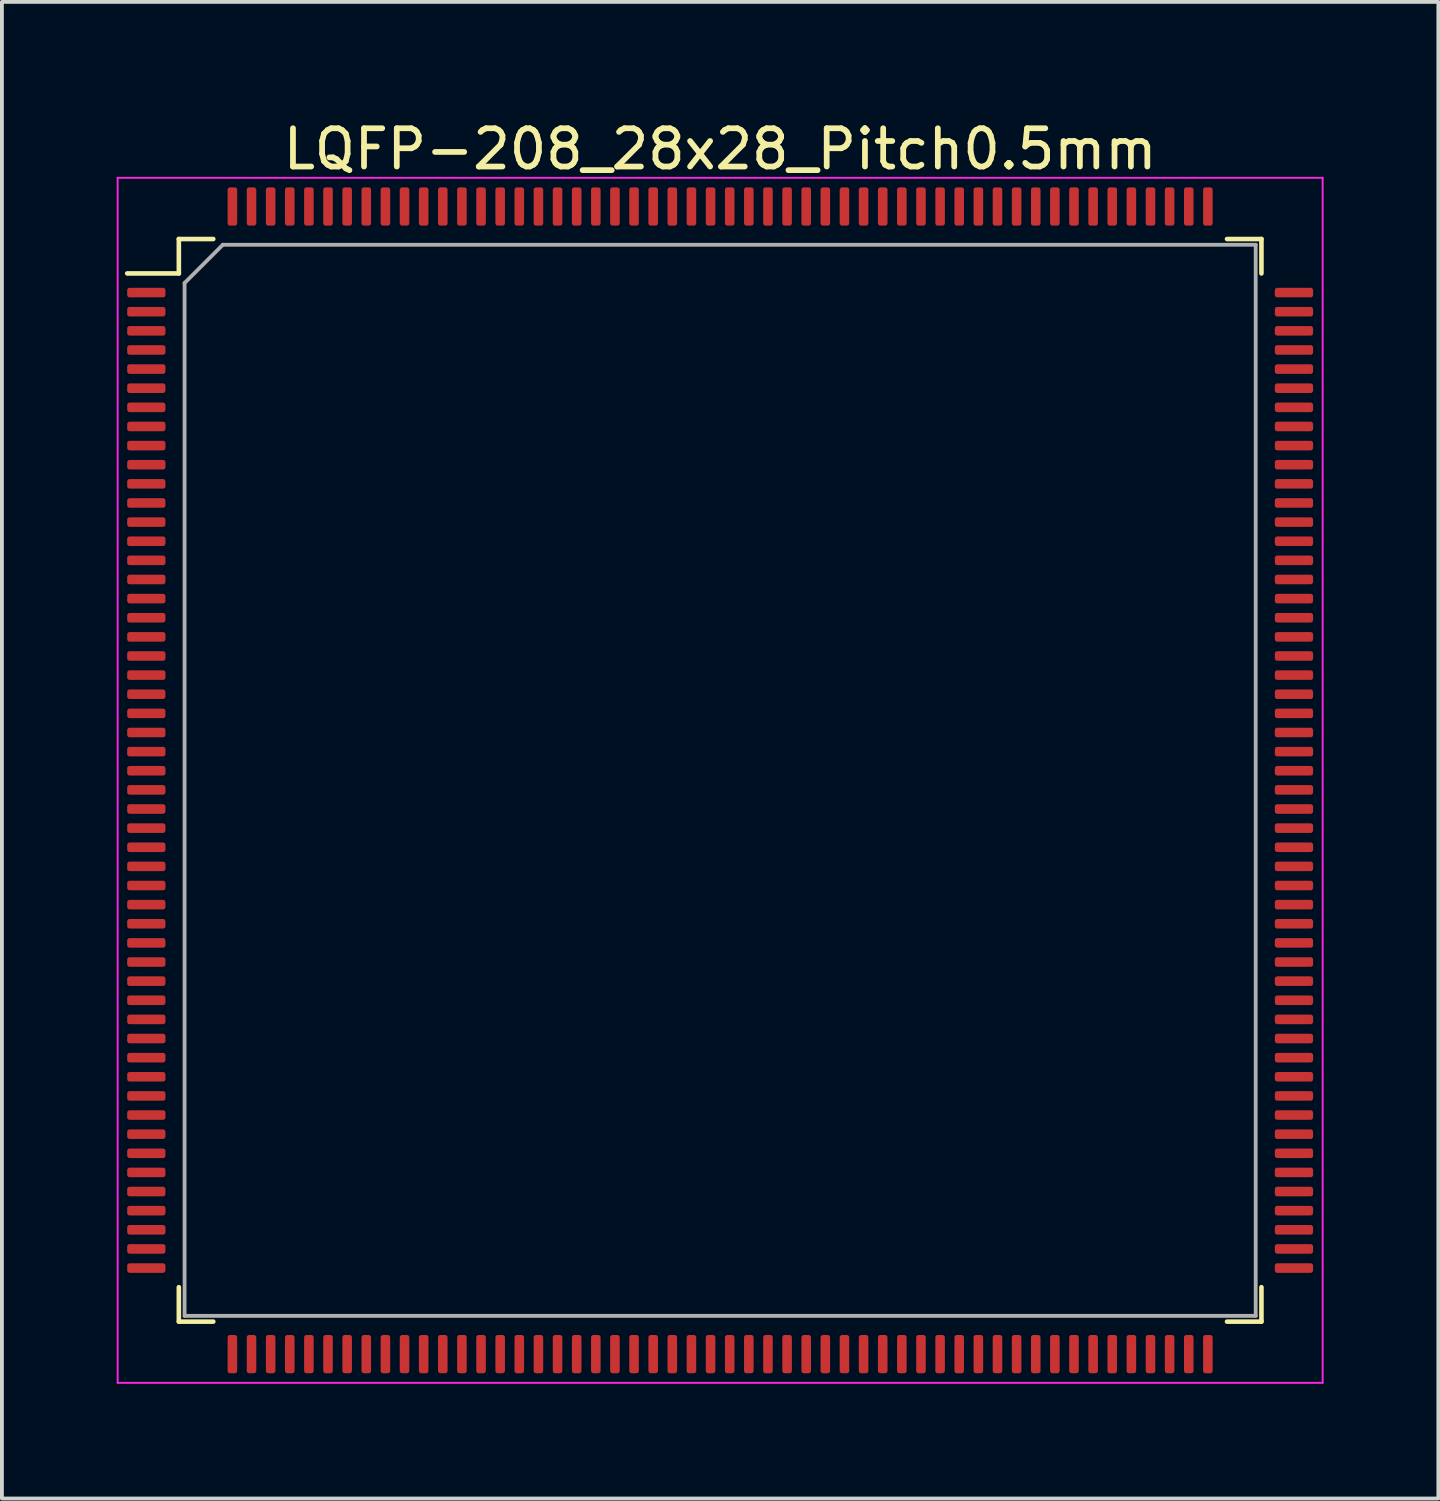
<source format=kicad_pcb>
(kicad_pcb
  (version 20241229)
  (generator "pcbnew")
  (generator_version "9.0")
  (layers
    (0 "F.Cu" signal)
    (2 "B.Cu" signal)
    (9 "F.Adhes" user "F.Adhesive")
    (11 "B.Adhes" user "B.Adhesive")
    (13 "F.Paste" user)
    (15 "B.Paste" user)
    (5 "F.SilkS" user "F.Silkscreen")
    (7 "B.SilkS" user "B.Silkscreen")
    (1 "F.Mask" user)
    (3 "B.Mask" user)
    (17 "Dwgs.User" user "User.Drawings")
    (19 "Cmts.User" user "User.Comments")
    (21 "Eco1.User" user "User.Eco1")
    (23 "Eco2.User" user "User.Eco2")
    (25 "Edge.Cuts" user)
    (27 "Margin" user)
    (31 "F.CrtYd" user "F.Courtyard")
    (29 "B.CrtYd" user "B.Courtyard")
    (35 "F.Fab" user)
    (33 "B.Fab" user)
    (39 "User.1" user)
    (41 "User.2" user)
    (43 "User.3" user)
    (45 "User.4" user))
  (footprint "LQFP-208_28x28_Pitch0.5mm"
    (layer "F.Cu")
    (at 15.775 17.348)
    (property "Reference" "LQFP-208_28x28_Pitch0.5mm" (at 0 -16.5 0) (layer "F.SilkS") (effects (font (size 1 1) (thickness 0.15))))
    (attr smd)
    (fp_line (start -14.15 -14.15) (end -14.15 -13.25) (stroke (width 0.12) (type solid)) (layer "F.SilkS"))
    (fp_line (start -14.15 -13.25) (end -15.5 -13.25) (stroke (width 0.12) (type solid)) (layer "F.SilkS"))
    (fp_line (start -14.15 14.15) (end -14.15 13.25) (stroke (width 0.12) (type solid)) (layer "F.SilkS"))
    (fp_line (start -13.25 -14.15) (end -14.15 -14.15) (stroke (width 0.12) (type solid)) (layer "F.SilkS"))
    (fp_line (start -13.25 14.15) (end -14.15 14.15) (stroke (width 0.12) (type solid)) (layer "F.SilkS"))
    (fp_line (start 13.25 -14.15) (end 14.15 -14.15) (stroke (width 0.12) (type solid)) (layer "F.SilkS"))
    (fp_line (start 13.25 14.15) (end 14.15 14.15) (stroke (width 0.12) (type solid)) (layer "F.SilkS"))
    (fp_line (start 14.15 -14.15) (end 14.15 -13.25) (stroke (width 0.12) (type solid)) (layer "F.SilkS"))
    (fp_line (start 14.15 14.15) (end 14.15 13.25) (stroke (width 0.12) (type solid)) (layer "F.SilkS"))
    (fp_line (start -15.75 -15.75) (end 15.75 -15.75) (stroke (width 0.05) (type solid)) (layer "F.CrtYd"))
    (fp_line (start -15.75 15.75) (end -15.75 -15.75) (stroke (width 0.05) (type solid)) (layer "F.CrtYd"))
    (fp_line (start 15.75 -15.75) (end 15.75 15.75) (stroke (width 0.05) (type solid)) (layer "F.CrtYd"))
    (fp_line (start 15.75 15.75) (end -15.75 15.75) (stroke (width 0.05) (type solid)) (layer "F.CrtYd"))
    (fp_line (start -14 -13) (end -14 14) (stroke (width 0.1) (type solid)) (layer "F.Fab"))
    (fp_line (start -14 14) (end 14 14) (stroke (width 0.1) (type solid)) (layer "F.Fab"))
    (fp_line (start -13 -14) (end -14 -13) (stroke (width 0.1) (type solid)) (layer "F.Fab"))
    (fp_line (start 14 -14) (end -13 -14) (stroke (width 0.1) (type solid)) (layer "F.Fab"))
    (fp_line (start 14 14) (end 14 -14) (stroke (width 0.1) (type solid)) (layer "F.Fab"))
    (pad "1" smd roundrect (at -15 -12.75 90) (size 0.25 1) (layers "F.Cu" "F.Mask" "F.Paste") (roundrect_rratio 0.25))
    (pad "2" smd roundrect (at -15 -12.25 90) (size 0.25 1) (layers "F.Cu" "F.Mask" "F.Paste") (roundrect_rratio 0.25))
    (pad "3" smd roundrect (at -15 -11.75 90) (size 0.25 1) (layers "F.Cu" "F.Mask" "F.Paste") (roundrect_rratio 0.25))
    (pad "4" smd roundrect (at -15 -11.25 90) (size 0.25 1) (layers "F.Cu" "F.Mask" "F.Paste") (roundrect_rratio 0.25))
    (pad "5" smd roundrect (at -15 -10.75 90) (size 0.25 1) (layers "F.Cu" "F.Mask" "F.Paste") (roundrect_rratio 0.25))
    (pad "6" smd roundrect (at -15 -10.25 90) (size 0.25 1) (layers "F.Cu" "F.Mask" "F.Paste") (roundrect_rratio 0.25))
    (pad "7" smd roundrect (at -15 -9.75 90) (size 0.25 1) (layers "F.Cu" "F.Mask" "F.Paste") (roundrect_rratio 0.25))
    (pad "8" smd roundrect (at -15 -9.25 90) (size 0.25 1) (layers "F.Cu" "F.Mask" "F.Paste") (roundrect_rratio 0.25))
    (pad "9" smd roundrect (at -15 -8.75 90) (size 0.25 1) (layers "F.Cu" "F.Mask" "F.Paste") (roundrect_rratio 0.25))
    (pad "10" smd roundrect (at -15 -8.25 90) (size 0.25 1) (layers "F.Cu" "F.Mask" "F.Paste") (roundrect_rratio 0.25))
    (pad "11" smd roundrect (at -15 -7.75 90) (size 0.25 1) (layers "F.Cu" "F.Mask" "F.Paste") (roundrect_rratio 0.25))
    (pad "12" smd roundrect (at -15 -7.25 90) (size 0.25 1) (layers "F.Cu" "F.Mask" "F.Paste") (roundrect_rratio 0.25))
    (pad "13" smd roundrect (at -15 -6.75 90) (size 0.25 1) (layers "F.Cu" "F.Mask" "F.Paste") (roundrect_rratio 0.25))
    (pad "14" smd roundrect (at -15 -6.25 90) (size 0.25 1) (layers "F.Cu" "F.Mask" "F.Paste") (roundrect_rratio 0.25))
    (pad "15" smd roundrect (at -15 -5.75 90) (size 0.25 1) (layers "F.Cu" "F.Mask" "F.Paste") (roundrect_rratio 0.25))
    (pad "16" smd roundrect (at -15 -5.25 90) (size 0.25 1) (layers "F.Cu" "F.Mask" "F.Paste") (roundrect_rratio 0.25))
    (pad "17" smd roundrect (at -15 -4.75 90) (size 0.25 1) (layers "F.Cu" "F.Mask" "F.Paste") (roundrect_rratio 0.25))
    (pad "18" smd roundrect (at -15 -4.25 90) (size 0.25 1) (layers "F.Cu" "F.Mask" "F.Paste") (roundrect_rratio 0.25))
    (pad "19" smd roundrect (at -15 -3.75 90) (size 0.25 1) (layers "F.Cu" "F.Mask" "F.Paste") (roundrect_rratio 0.25))
    (pad "20" smd roundrect (at -15 -3.25 90) (size 0.25 1) (layers "F.Cu" "F.Mask" "F.Paste") (roundrect_rratio 0.25))
    (pad "21" smd roundrect (at -15 -2.75 90) (size 0.25 1) (layers "F.Cu" "F.Mask" "F.Paste") (roundrect_rratio 0.25))
    (pad "22" smd roundrect (at -15 -2.25 90) (size 0.25 1) (layers "F.Cu" "F.Mask" "F.Paste") (roundrect_rratio 0.25))
    (pad "23" smd roundrect (at -15 -1.75 90) (size 0.25 1) (layers "F.Cu" "F.Mask" "F.Paste") (roundrect_rratio 0.25))
    (pad "24" smd roundrect (at -15 -1.25 90) (size 0.25 1) (layers "F.Cu" "F.Mask" "F.Paste") (roundrect_rratio 0.25))
    (pad "25" smd roundrect (at -15 -0.75 90) (size 0.25 1) (layers "F.Cu" "F.Mask" "F.Paste") (roundrect_rratio 0.25))
    (pad "26" smd roundrect (at -15 -0.25 90) (size 0.25 1) (layers "F.Cu" "F.Mask" "F.Paste") (roundrect_rratio 0.25))
    (pad "27" smd roundrect (at -15 0.25 90) (size 0.25 1) (layers "F.Cu" "F.Mask" "F.Paste") (roundrect_rratio 0.25))
    (pad "28" smd roundrect (at -15 0.75 90) (size 0.25 1) (layers "F.Cu" "F.Mask" "F.Paste") (roundrect_rratio 0.25))
    (pad "29" smd roundrect (at -15 1.25 90) (size 0.25 1) (layers "F.Cu" "F.Mask" "F.Paste") (roundrect_rratio 0.25))
    (pad "30" smd roundrect (at -15 1.75 90) (size 0.25 1) (layers "F.Cu" "F.Mask" "F.Paste") (roundrect_rratio 0.25))
    (pad "31" smd roundrect (at -15 2.25 90) (size 0.25 1) (layers "F.Cu" "F.Mask" "F.Paste") (roundrect_rratio 0.25))
    (pad "32" smd roundrect (at -15 2.75 90) (size 0.25 1) (layers "F.Cu" "F.Mask" "F.Paste") (roundrect_rratio 0.25))
    (pad "33" smd roundrect (at -15 3.25 90) (size 0.25 1) (layers "F.Cu" "F.Mask" "F.Paste") (roundrect_rratio 0.25))
    (pad "34" smd roundrect (at -15 3.75 90) (size 0.25 1) (layers "F.Cu" "F.Mask" "F.Paste") (roundrect_rratio 0.25))
    (pad "35" smd roundrect (at -15 4.25 90) (size 0.25 1) (layers "F.Cu" "F.Mask" "F.Paste") (roundrect_rratio 0.25))
    (pad "36" smd roundrect (at -15 4.75 90) (size 0.25 1) (layers "F.Cu" "F.Mask" "F.Paste") (roundrect_rratio 0.25))
    (pad "37" smd roundrect (at -15 5.25 90) (size 0.25 1) (layers "F.Cu" "F.Mask" "F.Paste") (roundrect_rratio 0.25))
    (pad "38" smd roundrect (at -15 5.75 90) (size 0.25 1) (layers "F.Cu" "F.Mask" "F.Paste") (roundrect_rratio 0.25))
    (pad "39" smd roundrect (at -15 6.25 90) (size 0.25 1) (layers "F.Cu" "F.Mask" "F.Paste") (roundrect_rratio 0.25))
    (pad "40" smd roundrect (at -15 6.75 90) (size 0.25 1) (layers "F.Cu" "F.Mask" "F.Paste") (roundrect_rratio 0.25))
    (pad "41" smd roundrect (at -15 7.25 90) (size 0.25 1) (layers "F.Cu" "F.Mask" "F.Paste") (roundrect_rratio 0.25))
    (pad "42" smd roundrect (at -15 7.75 90) (size 0.25 1) (layers "F.Cu" "F.Mask" "F.Paste") (roundrect_rratio 0.25))
    (pad "43" smd roundrect (at -15 8.25 90) (size 0.25 1) (layers "F.Cu" "F.Mask" "F.Paste") (roundrect_rratio 0.25))
    (pad "44" smd roundrect (at -15 8.75 90) (size 0.25 1) (layers "F.Cu" "F.Mask" "F.Paste") (roundrect_rratio 0.25))
    (pad "45" smd roundrect (at -15 9.25 90) (size 0.25 1) (layers "F.Cu" "F.Mask" "F.Paste") (roundrect_rratio 0.25))
    (pad "46" smd roundrect (at -15 9.75 90) (size 0.25 1) (layers "F.Cu" "F.Mask" "F.Paste") (roundrect_rratio 0.25))
    (pad "47" smd roundrect (at -15 10.25 90) (size 0.25 1) (layers "F.Cu" "F.Mask" "F.Paste") (roundrect_rratio 0.25))
    (pad "48" smd roundrect (at -15 10.75 90) (size 0.25 1) (layers "F.Cu" "F.Mask" "F.Paste") (roundrect_rratio 0.25))
    (pad "49" smd roundrect (at -15 11.25 90) (size 0.25 1) (layers "F.Cu" "F.Mask" "F.Paste") (roundrect_rratio 0.25))
    (pad "50" smd roundrect (at -15 11.75 90) (size 0.25 1) (layers "F.Cu" "F.Mask" "F.Paste") (roundrect_rratio 0.25))
    (pad "51" smd roundrect (at -15 12.25 90) (size 0.25 1) (layers "F.Cu" "F.Mask" "F.Paste") (roundrect_rratio 0.25))
    (pad "52" smd roundrect (at -15 12.75 90) (size 0.25 1) (layers "F.Cu" "F.Mask" "F.Paste") (roundrect_rratio 0.25))
    (pad "53" smd roundrect (at -12.75 15) (size 0.25 1) (layers "F.Cu" "F.Mask" "F.Paste") (roundrect_rratio 0.25))
    (pad "54" smd roundrect (at -12.25 15) (size 0.25 1) (layers "F.Cu" "F.Mask" "F.Paste") (roundrect_rratio 0.25))
    (pad "55" smd roundrect (at -11.75 15) (size 0.25 1) (layers "F.Cu" "F.Mask" "F.Paste") (roundrect_rratio 0.25))
    (pad "56" smd roundrect (at -11.25 15) (size 0.25 1) (layers "F.Cu" "F.Mask" "F.Paste") (roundrect_rratio 0.25))
    (pad "57" smd roundrect (at -10.75 15) (size 0.25 1) (layers "F.Cu" "F.Mask" "F.Paste") (roundrect_rratio 0.25))
    (pad "58" smd roundrect (at -10.25 15) (size 0.25 1) (layers "F.Cu" "F.Mask" "F.Paste") (roundrect_rratio 0.25))
    (pad "59" smd roundrect (at -9.75 15) (size 0.25 1) (layers "F.Cu" "F.Mask" "F.Paste") (roundrect_rratio 0.25))
    (pad "60" smd roundrect (at -9.25 15) (size 0.25 1) (layers "F.Cu" "F.Mask" "F.Paste") (roundrect_rratio 0.25))
    (pad "61" smd roundrect (at -8.75 15) (size 0.25 1) (layers "F.Cu" "F.Mask" "F.Paste") (roundrect_rratio 0.25))
    (pad "62" smd roundrect (at -8.25 15) (size 0.25 1) (layers "F.Cu" "F.Mask" "F.Paste") (roundrect_rratio 0.25))
    (pad "63" smd roundrect (at -7.75 15) (size 0.25 1) (layers "F.Cu" "F.Mask" "F.Paste") (roundrect_rratio 0.25))
    (pad "64" smd roundrect (at -7.25 15) (size 0.25 1) (layers "F.Cu" "F.Mask" "F.Paste") (roundrect_rratio 0.25))
    (pad "65" smd roundrect (at -6.75 15) (size 0.25 1) (layers "F.Cu" "F.Mask" "F.Paste") (roundrect_rratio 0.25))
    (pad "66" smd roundrect (at -6.25 15) (size 0.25 1) (layers "F.Cu" "F.Mask" "F.Paste") (roundrect_rratio 0.25))
    (pad "67" smd roundrect (at -5.75 15) (size 0.25 1) (layers "F.Cu" "F.Mask" "F.Paste") (roundrect_rratio 0.25))
    (pad "68" smd roundrect (at -5.25 15) (size 0.25 1) (layers "F.Cu" "F.Mask" "F.Paste") (roundrect_rratio 0.25))
    (pad "69" smd roundrect (at -4.75 15) (size 0.25 1) (layers "F.Cu" "F.Mask" "F.Paste") (roundrect_rratio 0.25))
    (pad "70" smd roundrect (at -4.25 15) (size 0.25 1) (layers "F.Cu" "F.Mask" "F.Paste") (roundrect_rratio 0.25))
    (pad "71" smd roundrect (at -3.75 15) (size 0.25 1) (layers "F.Cu" "F.Mask" "F.Paste") (roundrect_rratio 0.25))
    (pad "72" smd roundrect (at -3.25 15) (size 0.25 1) (layers "F.Cu" "F.Mask" "F.Paste") (roundrect_rratio 0.25))
    (pad "73" smd roundrect (at -2.75 15) (size 0.25 1) (layers "F.Cu" "F.Mask" "F.Paste") (roundrect_rratio 0.25))
    (pad "74" smd roundrect (at -2.25 15) (size 0.25 1) (layers "F.Cu" "F.Mask" "F.Paste") (roundrect_rratio 0.25))
    (pad "75" smd roundrect (at -1.75 15) (size 0.25 1) (layers "F.Cu" "F.Mask" "F.Paste") (roundrect_rratio 0.25))
    (pad "76" smd roundrect (at -1.25 15) (size 0.25 1) (layers "F.Cu" "F.Mask" "F.Paste") (roundrect_rratio 0.25))
    (pad "77" smd roundrect (at -0.75 15) (size 0.25 1) (layers "F.Cu" "F.Mask" "F.Paste") (roundrect_rratio 0.25))
    (pad "78" smd roundrect (at -0.25 15) (size 0.25 1) (layers "F.Cu" "F.Mask" "F.Paste") (roundrect_rratio 0.25))
    (pad "79" smd roundrect (at 0.25 15) (size 0.25 1) (layers "F.Cu" "F.Mask" "F.Paste") (roundrect_rratio 0.25))
    (pad "80" smd roundrect (at 0.75 15) (size 0.25 1) (layers "F.Cu" "F.Mask" "F.Paste") (roundrect_rratio 0.25))
    (pad "81" smd roundrect (at 1.25 15) (size 0.25 1) (layers "F.Cu" "F.Mask" "F.Paste") (roundrect_rratio 0.25))
    (pad "82" smd roundrect (at 1.75 15) (size 0.25 1) (layers "F.Cu" "F.Mask" "F.Paste") (roundrect_rratio 0.25))
    (pad "83" smd roundrect (at 2.25 15) (size 0.25 1) (layers "F.Cu" "F.Mask" "F.Paste") (roundrect_rratio 0.25))
    (pad "84" smd roundrect (at 2.75 15) (size 0.25 1) (layers "F.Cu" "F.Mask" "F.Paste") (roundrect_rratio 0.25))
    (pad "85" smd roundrect (at 3.25 15) (size 0.25 1) (layers "F.Cu" "F.Mask" "F.Paste") (roundrect_rratio 0.25))
    (pad "86" smd roundrect (at 3.75 15) (size 0.25 1) (layers "F.Cu" "F.Mask" "F.Paste") (roundrect_rratio 0.25))
    (pad "87" smd roundrect (at 4.25 15) (size 0.25 1) (layers "F.Cu" "F.Mask" "F.Paste") (roundrect_rratio 0.25))
    (pad "88" smd roundrect (at 4.75 15) (size 0.25 1) (layers "F.Cu" "F.Mask" "F.Paste") (roundrect_rratio 0.25))
    (pad "89" smd roundrect (at 5.25 15) (size 0.25 1) (layers "F.Cu" "F.Mask" "F.Paste") (roundrect_rratio 0.25))
    (pad "90" smd roundrect (at 5.75 15) (size 0.25 1) (layers "F.Cu" "F.Mask" "F.Paste") (roundrect_rratio 0.25))
    (pad "91" smd roundrect (at 6.25 15) (size 0.25 1) (layers "F.Cu" "F.Mask" "F.Paste") (roundrect_rratio 0.25))
    (pad "92" smd roundrect (at 6.75 15) (size 0.25 1) (layers "F.Cu" "F.Mask" "F.Paste") (roundrect_rratio 0.25))
    (pad "93" smd roundrect (at 7.25 15) (size 0.25 1) (layers "F.Cu" "F.Mask" "F.Paste") (roundrect_rratio 0.25))
    (pad "94" smd roundrect (at 7.75 15) (size 0.25 1) (layers "F.Cu" "F.Mask" "F.Paste") (roundrect_rratio 0.25))
    (pad "95" smd roundrect (at 8.25 15) (size 0.25 1) (layers "F.Cu" "F.Mask" "F.Paste") (roundrect_rratio 0.25))
    (pad "96" smd roundrect (at 8.75 15) (size 0.25 1) (layers "F.Cu" "F.Mask" "F.Paste") (roundrect_rratio 0.25))
    (pad "97" smd roundrect (at 9.25 15) (size 0.25 1) (layers "F.Cu" "F.Mask" "F.Paste") (roundrect_rratio 0.25))
    (pad "98" smd roundrect (at 9.75 15) (size 0.25 1) (layers "F.Cu" "F.Mask" "F.Paste") (roundrect_rratio 0.25))
    (pad "99" smd roundrect (at 10.25 15) (size 0.25 1) (layers "F.Cu" "F.Mask" "F.Paste") (roundrect_rratio 0.25))
    (pad "100" smd roundrect (at 10.75 15) (size 0.25 1) (layers "F.Cu" "F.Mask" "F.Paste") (roundrect_rratio 0.25))
    (pad "101" smd roundrect (at 11.25 15) (size 0.25 1) (layers "F.Cu" "F.Mask" "F.Paste") (roundrect_rratio 0.25))
    (pad "102" smd roundrect (at 11.75 15) (size 0.25 1) (layers "F.Cu" "F.Mask" "F.Paste") (roundrect_rratio 0.25))
    (pad "103" smd roundrect (at 12.25 15) (size 0.25 1) (layers "F.Cu" "F.Mask" "F.Paste") (roundrect_rratio 0.25))
    (pad "104" smd roundrect (at 12.75 15) (size 0.25 1) (layers "F.Cu" "F.Mask" "F.Paste") (roundrect_rratio 0.25))
    (pad "105" smd roundrect (at 15 12.75 90) (size 0.25 1) (layers "F.Cu" "F.Mask" "F.Paste") (roundrect_rratio 0.25))
    (pad "106" smd roundrect (at 15 12.25 90) (size 0.25 1) (layers "F.Cu" "F.Mask" "F.Paste") (roundrect_rratio 0.25))
    (pad "107" smd roundrect (at 15 11.75 90) (size 0.25 1) (layers "F.Cu" "F.Mask" "F.Paste") (roundrect_rratio 0.25))
    (pad "108" smd roundrect (at 15 11.25 90) (size 0.25 1) (layers "F.Cu" "F.Mask" "F.Paste") (roundrect_rratio 0.25))
    (pad "109" smd roundrect (at 15 10.75 90) (size 0.25 1) (layers "F.Cu" "F.Mask" "F.Paste") (roundrect_rratio 0.25))
    (pad "110" smd roundrect (at 15 10.25 90) (size 0.25 1) (layers "F.Cu" "F.Mask" "F.Paste") (roundrect_rratio 0.25))
    (pad "111" smd roundrect (at 15 9.75 90) (size 0.25 1) (layers "F.Cu" "F.Mask" "F.Paste") (roundrect_rratio 0.25))
    (pad "112" smd roundrect (at 15 9.25 90) (size 0.25 1) (layers "F.Cu" "F.Mask" "F.Paste") (roundrect_rratio 0.25))
    (pad "113" smd roundrect (at 15 8.75 90) (size 0.25 1) (layers "F.Cu" "F.Mask" "F.Paste") (roundrect_rratio 0.25))
    (pad "114" smd roundrect (at 15 8.25 90) (size 0.25 1) (layers "F.Cu" "F.Mask" "F.Paste") (roundrect_rratio 0.25))
    (pad "115" smd roundrect (at 15 7.75 90) (size 0.25 1) (layers "F.Cu" "F.Mask" "F.Paste") (roundrect_rratio 0.25))
    (pad "116" smd roundrect (at 15 7.25 90) (size 0.25 1) (layers "F.Cu" "F.Mask" "F.Paste") (roundrect_rratio 0.25))
    (pad "117" smd roundrect (at 15 6.75 90) (size 0.25 1) (layers "F.Cu" "F.Mask" "F.Paste") (roundrect_rratio 0.25))
    (pad "118" smd roundrect (at 15 6.25 90) (size 0.25 1) (layers "F.Cu" "F.Mask" "F.Paste") (roundrect_rratio 0.25))
    (pad "119" smd roundrect (at 15 5.75 90) (size 0.25 1) (layers "F.Cu" "F.Mask" "F.Paste") (roundrect_rratio 0.25))
    (pad "120" smd roundrect (at 15 5.25 90) (size 0.25 1) (layers "F.Cu" "F.Mask" "F.Paste") (roundrect_rratio 0.25))
    (pad "121" smd roundrect (at 15 4.75 90) (size 0.25 1) (layers "F.Cu" "F.Mask" "F.Paste") (roundrect_rratio 0.25))
    (pad "122" smd roundrect (at 15 4.25 90) (size 0.25 1) (layers "F.Cu" "F.Mask" "F.Paste") (roundrect_rratio 0.25))
    (pad "123" smd roundrect (at 15 3.75 90) (size 0.25 1) (layers "F.Cu" "F.Mask" "F.Paste") (roundrect_rratio 0.25))
    (pad "124" smd roundrect (at 15 3.25 90) (size 0.25 1) (layers "F.Cu" "F.Mask" "F.Paste") (roundrect_rratio 0.25))
    (pad "125" smd roundrect (at 15 2.75 90) (size 0.25 1) (layers "F.Cu" "F.Mask" "F.Paste") (roundrect_rratio 0.25))
    (pad "126" smd roundrect (at 15 2.25 90) (size 0.25 1) (layers "F.Cu" "F.Mask" "F.Paste") (roundrect_rratio 0.25))
    (pad "127" smd roundrect (at 15 1.75 90) (size 0.25 1) (layers "F.Cu" "F.Mask" "F.Paste") (roundrect_rratio 0.25))
    (pad "128" smd roundrect (at 15 1.25 90) (size 0.25 1) (layers "F.Cu" "F.Mask" "F.Paste") (roundrect_rratio 0.25))
    (pad "129" smd roundrect (at 15 0.75 90) (size 0.25 1) (layers "F.Cu" "F.Mask" "F.Paste") (roundrect_rratio 0.25))
    (pad "130" smd roundrect (at 15 0.25 90) (size 0.25 1) (layers "F.Cu" "F.Mask" "F.Paste") (roundrect_rratio 0.25))
    (pad "131" smd roundrect (at 15 -0.25 90) (size 0.25 1) (layers "F.Cu" "F.Mask" "F.Paste") (roundrect_rratio 0.25))
    (pad "132" smd roundrect (at 15 -0.75 90) (size 0.25 1) (layers "F.Cu" "F.Mask" "F.Paste") (roundrect_rratio 0.25))
    (pad "133" smd roundrect (at 15 -1.25 90) (size 0.25 1) (layers "F.Cu" "F.Mask" "F.Paste") (roundrect_rratio 0.25))
    (pad "134" smd roundrect (at 15 -1.75 90) (size 0.25 1) (layers "F.Cu" "F.Mask" "F.Paste") (roundrect_rratio 0.25))
    (pad "135" smd roundrect (at 15 -2.25 90) (size 0.25 1) (layers "F.Cu" "F.Mask" "F.Paste") (roundrect_rratio 0.25))
    (pad "136" smd roundrect (at 15 -2.75 90) (size 0.25 1) (layers "F.Cu" "F.Mask" "F.Paste") (roundrect_rratio 0.25))
    (pad "137" smd roundrect (at 15 -3.25 90) (size 0.25 1) (layers "F.Cu" "F.Mask" "F.Paste") (roundrect_rratio 0.25))
    (pad "138" smd roundrect (at 15 -3.75 90) (size 0.25 1) (layers "F.Cu" "F.Mask" "F.Paste") (roundrect_rratio 0.25))
    (pad "139" smd roundrect (at 15 -4.25 90) (size 0.25 1) (layers "F.Cu" "F.Mask" "F.Paste") (roundrect_rratio 0.25))
    (pad "140" smd roundrect (at 15 -4.75 90) (size 0.25 1) (layers "F.Cu" "F.Mask" "F.Paste") (roundrect_rratio 0.25))
    (pad "141" smd roundrect (at 15 -5.25 90) (size 0.25 1) (layers "F.Cu" "F.Mask" "F.Paste") (roundrect_rratio 0.25))
    (pad "142" smd roundrect (at 15 -5.75 90) (size 0.25 1) (layers "F.Cu" "F.Mask" "F.Paste") (roundrect_rratio 0.25))
    (pad "143" smd roundrect (at 15 -6.25 90) (size 0.25 1) (layers "F.Cu" "F.Mask" "F.Paste") (roundrect_rratio 0.25))
    (pad "144" smd roundrect (at 15 -6.75 90) (size 0.25 1) (layers "F.Cu" "F.Mask" "F.Paste") (roundrect_rratio 0.25))
    (pad "145" smd roundrect (at 15 -7.25 90) (size 0.25 1) (layers "F.Cu" "F.Mask" "F.Paste") (roundrect_rratio 0.25))
    (pad "146" smd roundrect (at 15 -7.75 90) (size 0.25 1) (layers "F.Cu" "F.Mask" "F.Paste") (roundrect_rratio 0.25))
    (pad "147" smd roundrect (at 15 -8.25 90) (size 0.25 1) (layers "F.Cu" "F.Mask" "F.Paste") (roundrect_rratio 0.25))
    (pad "148" smd roundrect (at 15 -8.75 90) (size 0.25 1) (layers "F.Cu" "F.Mask" "F.Paste") (roundrect_rratio 0.25))
    (pad "149" smd roundrect (at 15 -9.25 90) (size 0.25 1) (layers "F.Cu" "F.Mask" "F.Paste") (roundrect_rratio 0.25))
    (pad "150" smd roundrect (at 15 -9.75 90) (size 0.25 1) (layers "F.Cu" "F.Mask" "F.Paste") (roundrect_rratio 0.25))
    (pad "151" smd roundrect (at 15 -10.25 90) (size 0.25 1) (layers "F.Cu" "F.Mask" "F.Paste") (roundrect_rratio 0.25))
    (pad "152" smd roundrect (at 15 -10.75 90) (size 0.25 1) (layers "F.Cu" "F.Mask" "F.Paste") (roundrect_rratio 0.25))
    (pad "153" smd roundrect (at 15 -11.25 90) (size 0.25 1) (layers "F.Cu" "F.Mask" "F.Paste") (roundrect_rratio 0.25))
    (pad "154" smd roundrect (at 15 -11.75 90) (size 0.25 1) (layers "F.Cu" "F.Mask" "F.Paste") (roundrect_rratio 0.25))
    (pad "155" smd roundrect (at 15 -12.25 90) (size 0.25 1) (layers "F.Cu" "F.Mask" "F.Paste") (roundrect_rratio 0.25))
    (pad "156" smd roundrect (at 15 -12.75 90) (size 0.25 1) (layers "F.Cu" "F.Mask" "F.Paste") (roundrect_rratio 0.25))
    (pad "157" smd roundrect (at 12.75 -15) (size 0.25 1) (layers "F.Cu" "F.Mask" "F.Paste") (roundrect_rratio 0.25))
    (pad "158" smd roundrect (at 12.25 -15) (size 0.25 1) (layers "F.Cu" "F.Mask" "F.Paste") (roundrect_rratio 0.25))
    (pad "159" smd roundrect (at 11.75 -15) (size 0.25 1) (layers "F.Cu" "F.Mask" "F.Paste") (roundrect_rratio 0.25))
    (pad "160" smd roundrect (at 11.25 -15) (size 0.25 1) (layers "F.Cu" "F.Mask" "F.Paste") (roundrect_rratio 0.25))
    (pad "161" smd roundrect (at 10.75 -15) (size 0.25 1) (layers "F.Cu" "F.Mask" "F.Paste") (roundrect_rratio 0.25))
    (pad "162" smd roundrect (at 10.25 -15) (size 0.25 1) (layers "F.Cu" "F.Mask" "F.Paste") (roundrect_rratio 0.25))
    (pad "163" smd roundrect (at 9.75 -15) (size 0.25 1) (layers "F.Cu" "F.Mask" "F.Paste") (roundrect_rratio 0.25))
    (pad "164" smd roundrect (at 9.25 -15) (size 0.25 1) (layers "F.Cu" "F.Mask" "F.Paste") (roundrect_rratio 0.25))
    (pad "165" smd roundrect (at 8.75 -15) (size 0.25 1) (layers "F.Cu" "F.Mask" "F.Paste") (roundrect_rratio 0.25))
    (pad "166" smd roundrect (at 8.25 -15) (size 0.25 1) (layers "F.Cu" "F.Mask" "F.Paste") (roundrect_rratio 0.25))
    (pad "167" smd roundrect (at 7.75 -15) (size 0.25 1) (layers "F.Cu" "F.Mask" "F.Paste") (roundrect_rratio 0.25))
    (pad "168" smd roundrect (at 7.25 -15) (size 0.25 1) (layers "F.Cu" "F.Mask" "F.Paste") (roundrect_rratio 0.25))
    (pad "169" smd roundrect (at 6.75 -15) (size 0.25 1) (layers "F.Cu" "F.Mask" "F.Paste") (roundrect_rratio 0.25))
    (pad "170" smd roundrect (at 6.25 -15) (size 0.25 1) (layers "F.Cu" "F.Mask" "F.Paste") (roundrect_rratio 0.25))
    (pad "171" smd roundrect (at 5.75 -15) (size 0.25 1) (layers "F.Cu" "F.Mask" "F.Paste") (roundrect_rratio 0.25))
    (pad "172" smd roundrect (at 5.25 -15) (size 0.25 1) (layers "F.Cu" "F.Mask" "F.Paste") (roundrect_rratio 0.25))
    (pad "173" smd roundrect (at 4.75 -15) (size 0.25 1) (layers "F.Cu" "F.Mask" "F.Paste") (roundrect_rratio 0.25))
    (pad "174" smd roundrect (at 4.25 -15) (size 0.25 1) (layers "F.Cu" "F.Mask" "F.Paste") (roundrect_rratio 0.25))
    (pad "175" smd roundrect (at 3.75 -15) (size 0.25 1) (layers "F.Cu" "F.Mask" "F.Paste") (roundrect_rratio 0.25))
    (pad "176" smd roundrect (at 3.25 -15) (size 0.25 1) (layers "F.Cu" "F.Mask" "F.Paste") (roundrect_rratio 0.25))
    (pad "177" smd roundrect (at 2.75 -15) (size 0.25 1) (layers "F.Cu" "F.Mask" "F.Paste") (roundrect_rratio 0.25))
    (pad "178" smd roundrect (at 2.25 -15) (size 0.25 1) (layers "F.Cu" "F.Mask" "F.Paste") (roundrect_rratio 0.25))
    (pad "179" smd roundrect (at 1.75 -15) (size 0.25 1) (layers "F.Cu" "F.Mask" "F.Paste") (roundrect_rratio 0.25))
    (pad "180" smd roundrect (at 1.25 -15) (size 0.25 1) (layers "F.Cu" "F.Mask" "F.Paste") (roundrect_rratio 0.25))
    (pad "181" smd roundrect (at 0.75 -15) (size 0.25 1) (layers "F.Cu" "F.Mask" "F.Paste") (roundrect_rratio 0.25))
    (pad "182" smd roundrect (at 0.25 -15) (size 0.25 1) (layers "F.Cu" "F.Mask" "F.Paste") (roundrect_rratio 0.25))
    (pad "183" smd roundrect (at -0.25 -15) (size 0.25 1) (layers "F.Cu" "F.Mask" "F.Paste") (roundrect_rratio 0.25))
    (pad "184" smd roundrect (at -0.75 -15) (size 0.25 1) (layers "F.Cu" "F.Mask" "F.Paste") (roundrect_rratio 0.25))
    (pad "185" smd roundrect (at -1.25 -15) (size 0.25 1) (layers "F.Cu" "F.Mask" "F.Paste") (roundrect_rratio 0.25))
    (pad "186" smd roundrect (at -1.75 -15) (size 0.25 1) (layers "F.Cu" "F.Mask" "F.Paste") (roundrect_rratio 0.25))
    (pad "187" smd roundrect (at -2.25 -15) (size 0.25 1) (layers "F.Cu" "F.Mask" "F.Paste") (roundrect_rratio 0.25))
    (pad "188" smd roundrect (at -2.75 -15) (size 0.25 1) (layers "F.Cu" "F.Mask" "F.Paste") (roundrect_rratio 0.25))
    (pad "189" smd roundrect (at -3.25 -15) (size 0.25 1) (layers "F.Cu" "F.Mask" "F.Paste") (roundrect_rratio 0.25))
    (pad "190" smd roundrect (at -3.75 -15) (size 0.25 1) (layers "F.Cu" "F.Mask" "F.Paste") (roundrect_rratio 0.25))
    (pad "191" smd roundrect (at -4.25 -15) (size 0.25 1) (layers "F.Cu" "F.Mask" "F.Paste") (roundrect_rratio 0.25))
    (pad "192" smd roundrect (at -4.75 -15) (size 0.25 1) (layers "F.Cu" "F.Mask" "F.Paste") (roundrect_rratio 0.25))
    (pad "193" smd roundrect (at -5.25 -15) (size 0.25 1) (layers "F.Cu" "F.Mask" "F.Paste") (roundrect_rratio 0.25))
    (pad "194" smd roundrect (at -5.75 -15) (size 0.25 1) (layers "F.Cu" "F.Mask" "F.Paste") (roundrect_rratio 0.25))
    (pad "195" smd roundrect (at -6.25 -15) (size 0.25 1) (layers "F.Cu" "F.Mask" "F.Paste") (roundrect_rratio 0.25))
    (pad "196" smd roundrect (at -6.75 -15) (size 0.25 1) (layers "F.Cu" "F.Mask" "F.Paste") (roundrect_rratio 0.25))
    (pad "197" smd roundrect (at -7.25 -15) (size 0.25 1) (layers "F.Cu" "F.Mask" "F.Paste") (roundrect_rratio 0.25))
    (pad "198" smd roundrect (at -7.75 -15) (size 0.25 1) (layers "F.Cu" "F.Mask" "F.Paste") (roundrect_rratio 0.25))
    (pad "199" smd roundrect (at -8.25 -15) (size 0.25 1) (layers "F.Cu" "F.Mask" "F.Paste") (roundrect_rratio 0.25))
    (pad "200" smd roundrect (at -8.75 -15) (size 0.25 1) (layers "F.Cu" "F.Mask" "F.Paste") (roundrect_rratio 0.25))
    (pad "201" smd roundrect (at -9.25 -15) (size 0.25 1) (layers "F.Cu" "F.Mask" "F.Paste") (roundrect_rratio 0.25))
    (pad "202" smd roundrect (at -9.75 -15) (size 0.25 1) (layers "F.Cu" "F.Mask" "F.Paste") (roundrect_rratio 0.25))
    (pad "203" smd roundrect (at -10.25 -15) (size 0.25 1) (layers "F.Cu" "F.Mask" "F.Paste") (roundrect_rratio 0.25))
    (pad "204" smd roundrect (at -10.75 -15) (size 0.25 1) (layers "F.Cu" "F.Mask" "F.Paste") (roundrect_rratio 0.25))
    (pad "205" smd roundrect (at -11.25 -15) (size 0.25 1) (layers "F.Cu" "F.Mask" "F.Paste") (roundrect_rratio 0.25))
    (pad "206" smd roundrect (at -11.75 -15) (size 0.25 1) (layers "F.Cu" "F.Mask" "F.Paste") (roundrect_rratio 0.25))
    (pad "207" smd roundrect (at -12.25 -15) (size 0.25 1) (layers "F.Cu" "F.Mask" "F.Paste") (roundrect_rratio 0.25))
    (pad "208" smd roundrect (at -12.75 -15) (size 0.25 1) (layers "F.Cu" "F.Mask" "F.Paste") (roundrect_rratio 0.25)))
  (gr_rect
    (start -3 -3)
    (end 34.55 36.123)
    (stroke (width 0.1) (type default))
    (fill no)
    (layer "Edge.Cuts")))
</source>
